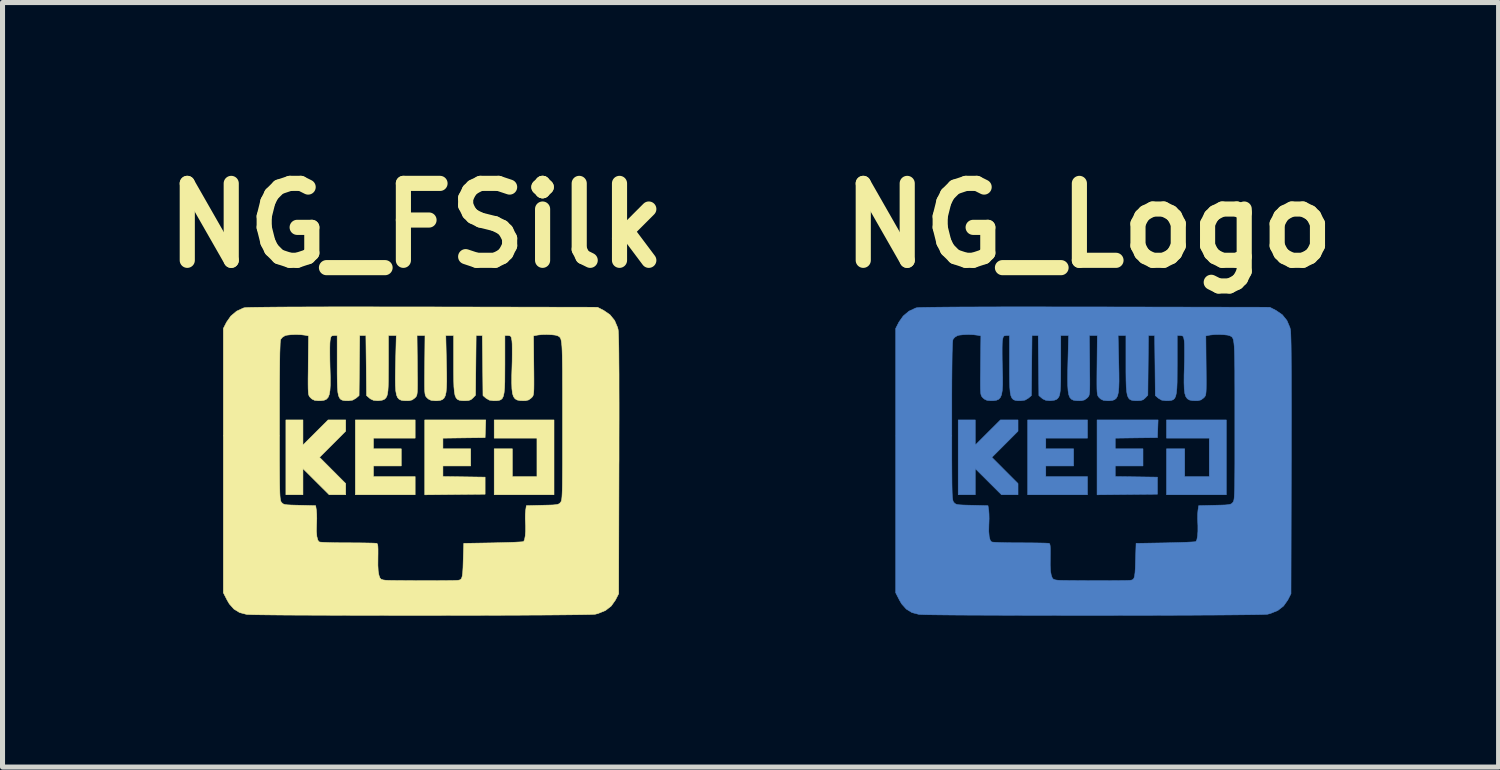
<source format=kicad_pcb>
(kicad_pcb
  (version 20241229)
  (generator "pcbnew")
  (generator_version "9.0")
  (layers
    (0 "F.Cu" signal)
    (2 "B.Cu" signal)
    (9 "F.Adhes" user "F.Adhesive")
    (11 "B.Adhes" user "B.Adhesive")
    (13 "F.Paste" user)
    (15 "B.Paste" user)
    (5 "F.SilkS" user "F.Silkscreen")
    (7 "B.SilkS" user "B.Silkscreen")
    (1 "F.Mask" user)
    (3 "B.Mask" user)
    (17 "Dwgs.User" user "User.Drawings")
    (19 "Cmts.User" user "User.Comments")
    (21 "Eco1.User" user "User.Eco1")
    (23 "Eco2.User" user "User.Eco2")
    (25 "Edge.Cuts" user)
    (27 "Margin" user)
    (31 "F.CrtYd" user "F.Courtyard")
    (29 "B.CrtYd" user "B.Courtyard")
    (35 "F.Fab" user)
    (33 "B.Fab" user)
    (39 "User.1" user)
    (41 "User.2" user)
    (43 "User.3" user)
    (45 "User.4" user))
  (footprint "NG_FSilk"
    (layer "F.Cu")
    (at 3.926 1.418)
    (property "Reference" "NG_FSilk" (at 1.27 0 0) (layer "F.SilkS") (effects (font (size 1.524 1.524) (thickness 0.3))))
    (attr through_hole)
    (fp_poly (pts (xy 4 5.334) (xy 2.815 5.334) (xy 2.815 4.424) (xy 3.175 4.424) (xy 3.175 4.974) (xy 3.662 4.974) (xy 3.662 4.212) (xy 2.815 4.212) (xy 2.815 3.852) (xy 4 3.852) (xy 4 5.334)) (stroke (width 0.01) (type solid)) (fill yes) (layer "F.SilkS"))
    (fp_poly (pts (xy 1.249 4.212) (xy 0.423 4.212) (xy 0.423 4.424) (xy 0.974 4.424) (xy 0.974 4.763) (xy 0.423 4.763) (xy 0.423 4.974) (xy 1.249 4.974) (xy 1.249 5.334) (xy 0.064 5.334) (xy 0.064 3.852) (xy 1.249 3.852) (xy 1.249 4.212)) (stroke (width 0.01) (type solid)) (fill yes) (layer "F.SilkS"))
    (fp_poly (pts (xy -0.974 4.349) (xy -0.476 3.852) (xy -0.127 3.852) (xy -0.127 4.074) (xy -0.386 4.334) (xy -0.645 4.593) (xy -0.127 5.112) (xy -0.127 5.334) (xy -0.454 5.334) (xy -0.974 4.816) (xy -0.974 5.334) (xy -1.312 5.334) (xy -1.312 3.852) (xy -0.974 3.852) (xy -0.974 4.349)) (stroke (width 0.01) (type solid)) (fill yes) (layer "F.SilkS"))
    (fp_poly (pts (xy 2.635 4.202) (xy 2.217 4.207) (xy 1.799 4.213) (xy 1.799 4.424) (xy 2.349 4.424) (xy 2.349 4.763) (xy 1.799 4.763) (xy 1.799 4.973) (xy 2.217 4.979) (xy 2.635 4.985) (xy 2.635 5.323) (xy 1.439 5.335) (xy 1.439 3.852) (xy 2.648 3.852) (xy 2.635 4.202)) (stroke (width 0.01) (type solid)) (fill yes) (layer "F.SilkS"))
    (fp_poly (pts (xy 0.381 1.612) (xy 0.853 1.613) (xy 1.367 1.613) (xy 1.403 1.613) (xy 4.861 1.619) (xy 4.986 1.683) (xy 5.109 1.768) (xy 5.201 1.882) (xy 5.26 2.021) (xy 5.27 2.061) (xy 5.274 2.095) (xy 5.277 2.158) (xy 5.28 2.252) (xy 5.283 2.376) (xy 5.285 2.533) (xy 5.286 2.724) (xy 5.288 2.95) (xy 5.288 3.213) (xy 5.289 3.512) (xy 5.289 3.85) (xy 5.288 4.228) (xy 5.288 4.646) (xy 5.287 4.735) (xy 5.281 7.295) (xy 5.217 7.42) (xy 5.134 7.538) (xy 5.02 7.627) (xy 4.875 7.686) (xy 4.813 7.702) (xy 4.778 7.704) (xy 4.704 7.707) (xy 4.593 7.709) (xy 4.448 7.711) (xy 4.272 7.713) (xy 4.068 7.715) (xy 3.838 7.717) (xy 3.585 7.718) (xy 3.313 7.72) (xy 3.023 7.721) (xy 2.718 7.722) (xy 2.402 7.723) (xy 2.078 7.723) (xy 1.747 7.724) (xy 1.413 7.724) (xy 1.078 7.724) (xy 0.746 7.724) (xy 0.419 7.723) (xy 0.1 7.723) (xy -0.208 7.722) (xy -0.503 7.721) (xy -0.782 7.72) (xy -1.041 7.719) (xy -1.278 7.718) (xy -1.491 7.716) (xy -1.677 7.714) (xy -1.832 7.712) (xy -1.954 7.71) (xy -2.04 7.707) (xy -2.087 7.705) (xy -2.092 7.704) (xy -2.229 7.668) (xy -2.341 7.599) (xy -2.432 7.497) (xy -2.477 7.42) (xy -2.551 7.275) (xy -2.551 3.872) (xy -1.439 3.872) (xy -1.439 4.167) (xy -1.439 4.422) (xy -1.439 4.641) (xy -1.438 4.827) (xy -1.437 4.981) (xy -1.436 5.108) (xy -1.434 5.211) (xy -1.432 5.291) (xy -1.429 5.353) (xy -1.425 5.399) (xy -1.42 5.432) (xy -1.415 5.455) (xy -1.409 5.47) (xy -1.402 5.482) (xy -1.399 5.485) (xy -1.381 5.504) (xy -1.36 5.518) (xy -1.328 5.528) (xy -1.278 5.534) (xy -1.202 5.538) (xy -1.095 5.541) (xy -1.04 5.542) (xy -0.722 5.55) (xy -0.707 5.646) (xy -0.702 5.714) (xy -0.7 5.806) (xy -0.703 5.904) (xy -0.704 5.919) (xy -0.707 6.056) (xy -0.698 6.163) (xy -0.678 6.236) (xy -0.652 6.268) (xy -0.624 6.273) (xy -0.56 6.277) (xy -0.465 6.281) (xy -0.346 6.284) (xy -0.208 6.286) (xy -0.081 6.286) (xy 0.067 6.287) (xy 0.203 6.288) (xy 0.319 6.29) (xy 0.409 6.292) (xy 0.469 6.295) (xy 0.49 6.297) (xy 0.502 6.311) (xy 0.51 6.347) (xy 0.513 6.409) (xy 0.513 6.505) (xy 0.512 6.578) (xy 0.511 6.732) (xy 0.517 6.847) (xy 0.531 6.925) (xy 0.533 6.932) (xy 0.552 6.983) (xy 0.576 7.009) (xy 0.619 7.022) (xy 0.667 7.028) (xy 0.709 7.03) (xy 0.787 7.032) (xy 0.894 7.033) (xy 1.023 7.034) (xy 1.168 7.035) (xy 1.321 7.036) (xy 1.478 7.036) (xy 1.63 7.036) (xy 1.771 7.035) (xy 1.894 7.034) (xy 1.993 7.033) (xy 2.061 7.031) (xy 2.085 7.03) (xy 2.122 7.025) (xy 2.15 7.013) (xy 2.169 6.989) (xy 2.182 6.945) (xy 2.191 6.877) (xy 2.197 6.779) (xy 2.201 6.644) (xy 2.201 6.642) (xy 2.212 6.297) (xy 2.798 6.287) (xy 2.951 6.283) (xy 3.091 6.279) (xy 3.21 6.275) (xy 3.305 6.27) (xy 3.37 6.266) (xy 3.398 6.261) (xy 3.398 6.261) (xy 3.417 6.221) (xy 3.43 6.149) (xy 3.437 6.055) (xy 3.437 5.949) (xy 3.435 5.905) (xy 3.431 5.81) (xy 3.432 5.717) (xy 3.438 5.646) (xy 3.438 5.646) (xy 3.452 5.55) (xy 3.771 5.542) (xy 3.893 5.539) (xy 3.981 5.536) (xy 4.04 5.53) (xy 4.079 5.522) (xy 4.104 5.511) (xy 4.122 5.494) (xy 4.129 5.485) (xy 4.137 5.474) (xy 4.144 5.461) (xy 4.149 5.441) (xy 4.154 5.412) (xy 4.158 5.371) (xy 4.161 5.315) (xy 4.164 5.242) (xy 4.166 5.147) (xy 4.167 5.03) (xy 4.168 4.885) (xy 4.169 4.711) (xy 4.169 4.505) (xy 4.169 4.264) (xy 4.169 3.984) (xy 4.169 3.855) (xy 4.169 3.555) (xy 4.169 3.295) (xy 4.168 3.071) (xy 4.168 2.881) (xy 4.166 2.721) (xy 4.164 2.59) (xy 4.161 2.483) (xy 4.157 2.399) (xy 4.151 2.334) (xy 4.144 2.286) (xy 4.136 2.251) (xy 4.125 2.227) (xy 4.113 2.21) (xy 4.099 2.199) (xy 4.082 2.19) (xy 4.071 2.184) (xy 4.024 2.171) (xy 3.948 2.163) (xy 3.857 2.159) (xy 3.764 2.161) (xy 3.683 2.169) (xy 3.662 2.173) (xy 3.594 2.186) (xy 3.599 2.718) (xy 3.601 2.899) (xy 3.602 3.043) (xy 3.602 3.154) (xy 3.601 3.238) (xy 3.598 3.298) (xy 3.593 3.34) (xy 3.586 3.368) (xy 3.576 3.387) (xy 3.563 3.403) (xy 3.546 3.419) (xy 3.497 3.455) (xy 3.436 3.47) (xy 3.397 3.471) (xy 3.326 3.468) (xy 3.27 3.457) (xy 3.228 3.432) (xy 3.197 3.389) (xy 3.177 3.325) (xy 3.166 3.234) (xy 3.162 3.113) (xy 3.163 2.957) (xy 3.167 2.83) (xy 3.171 2.689) (xy 3.172 2.557) (xy 3.172 2.44) (xy 3.171 2.348) (xy 3.167 2.288) (xy 3.166 2.28) (xy 3.155 2.22) (xy 3.139 2.19) (xy 3.111 2.181) (xy 3.089 2.18) (xy 3.027 2.18) (xy 3.027 2.753) (xy 3.026 2.946) (xy 3.025 3.101) (xy 3.02 3.222) (xy 3.011 3.313) (xy 2.997 3.379) (xy 2.976 3.424) (xy 2.947 3.451) (xy 2.908 3.465) (xy 2.859 3.47) (xy 2.804 3.471) (xy 2.72 3.46) (xy 2.654 3.422) (xy 2.652 3.42) (xy 2.593 3.369) (xy 2.587 2.775) (xy 2.58 2.18) (xy 2.457 2.18) (xy 2.451 2.771) (xy 2.445 3.362) (xy 2.393 3.417) (xy 2.353 3.451) (xy 2.304 3.467) (xy 2.235 3.471) (xy 2.174 3.469) (xy 2.126 3.462) (xy 2.088 3.445) (xy 2.06 3.414) (xy 2.039 3.365) (xy 2.026 3.293) (xy 2.017 3.195) (xy 2.013 3.067) (xy 2.011 2.903) (xy 2.011 2.753) (xy 2.011 2.18) (xy 1.856 2.18) (xy 1.869 2.734) (xy 1.873 2.93) (xy 1.874 3.088) (xy 1.87 3.212) (xy 1.861 3.306) (xy 1.845 3.374) (xy 1.821 3.42) (xy 1.787 3.449) (xy 1.743 3.465) (xy 1.687 3.471) (xy 1.641 3.471) (xy 1.566 3.464) (xy 1.514 3.439) (xy 1.491 3.419) (xy 1.475 3.403) (xy 1.462 3.387) (xy 1.452 3.367) (xy 1.445 3.338) (xy 1.44 3.295) (xy 1.437 3.234) (xy 1.436 3.15) (xy 1.436 3.037) (xy 1.437 2.892) (xy 1.439 2.71) (xy 1.439 2.704) (xy 1.444 2.18) (xy 1.286 2.18) (xy 1.292 2.715) (xy 1.293 2.897) (xy 1.295 3.041) (xy 1.295 3.153) (xy 1.294 3.236) (xy 1.291 3.297) (xy 1.286 3.339) (xy 1.279 3.368) (xy 1.269 3.387) (xy 1.256 3.403) (xy 1.24 3.419) (xy 1.239 3.419) (xy 1.19 3.455) (xy 1.129 3.47) (xy 1.09 3.471) (xy 1.024 3.469) (xy 0.972 3.461) (xy 0.931 3.441) (xy 0.9 3.407) (xy 0.879 3.354) (xy 0.865 3.277) (xy 0.858 3.174) (xy 0.856 3.039) (xy 0.858 2.869) (xy 0.861 2.733) (xy 0.875 2.18) (xy 0.72 2.18) (xy 0.72 2.753) (xy 0.719 2.934) (xy 0.718 3.077) (xy 0.715 3.188) (xy 0.71 3.272) (xy 0.701 3.333) (xy 0.69 3.376) (xy 0.674 3.407) (xy 0.654 3.43) (xy 0.637 3.444) (xy 0.596 3.46) (xy 0.533 3.469) (xy 0.504 3.471) (xy 0.424 3.463) (xy 0.364 3.435) (xy 0.345 3.42) (xy 0.286 3.369) (xy 0.28 2.775) (xy 0.273 2.18) (xy 0.15 2.18) (xy 0.144 2.775) (xy 0.138 3.369) (xy 0.078 3.42) (xy 0.012 3.459) (xy -0.07 3.471) (xy -0.074 3.471) (xy -0.133 3.47) (xy -0.181 3.464) (xy -0.219 3.449) (xy -0.247 3.42) (xy -0.268 3.374) (xy -0.282 3.306) (xy -0.29 3.212) (xy -0.294 3.088) (xy -0.296 2.93) (xy -0.296 2.753) (xy -0.296 2.18) (xy -0.359 2.18) (xy -0.397 2.184) (xy -0.418 2.201) (xy -0.43 2.245) (xy -0.436 2.281) (xy -0.44 2.332) (xy -0.442 2.418) (xy -0.442 2.53) (xy -0.441 2.66) (xy -0.438 2.799) (xy -0.437 2.831) (xy -0.432 3.013) (xy -0.432 3.157) (xy -0.439 3.268) (xy -0.453 3.349) (xy -0.476 3.405) (xy -0.51 3.442) (xy -0.556 3.462) (xy -0.616 3.47) (xy -0.666 3.471) (xy -0.741 3.464) (xy -0.793 3.439) (xy -0.816 3.419) (xy -0.833 3.402) (xy -0.846 3.386) (xy -0.856 3.366) (xy -0.864 3.336) (xy -0.868 3.292) (xy -0.871 3.23) (xy -0.872 3.145) (xy -0.872 3.03) (xy -0.87 2.883) (xy -0.869 2.718) (xy -0.863 2.186) (xy -0.931 2.173) (xy -1.013 2.163) (xy -1.112 2.159) (xy -1.21 2.163) (xy -1.292 2.172) (xy -1.327 2.181) (xy -1.381 2.214) (xy -1.415 2.256) (xy -1.42 2.281) (xy -1.425 2.335) (xy -1.428 2.418) (xy -1.432 2.532) (xy -1.434 2.679) (xy -1.436 2.861) (xy -1.438 3.078) (xy -1.439 3.334) (xy -1.439 3.63) (xy -1.439 3.872) (xy -2.551 3.872) (xy -2.551 2.04) (xy -2.487 1.914) (xy -2.402 1.793) (xy -2.288 1.697) (xy -2.155 1.635) (xy -2.137 1.63) (xy -2.105 1.626) (xy -2.035 1.623) (xy -1.926 1.621) (xy -1.778 1.619) (xy -1.59 1.617) (xy -1.363 1.615) (xy -1.096 1.614) (xy -0.788 1.613) (xy -0.44 1.612) (xy -0.05 1.612) (xy 0.381 1.612)) (stroke (width 0.01) (type solid)) (fill yes) (layer "F.SilkS")))
  (footprint "NG_Logo"
    (layer "F.Cu")
    (at 17.246 1.418)
    (property "Reference" "NG_Logo" (at 1.27 0 0) (layer "F.SilkS") (effects (font (size 1.524 1.524) (thickness 0.3))))
    (attr through_hole)
    (fp_poly (pts (xy 4 5.334) (xy 2.815 5.334) (xy 2.815 4.424) (xy 3.175 4.424) (xy 3.175 4.974) (xy 3.662 4.974) (xy 3.662 4.212) (xy 2.815 4.212) (xy 2.815 3.852) (xy 4 3.852) (xy 4 5.334)) (stroke (width 0.01) (type solid)) (fill yes) (layer "B.Cu"))
    (fp_poly (pts (xy 1.249 4.212) (xy 0.423 4.212) (xy 0.423 4.424) (xy 0.974 4.424) (xy 0.974 4.763) (xy 0.423 4.763) (xy 0.423 4.974) (xy 1.249 4.974) (xy 1.249 5.334) (xy 0.064 5.334) (xy 0.064 3.852) (xy 1.249 3.852) (xy 1.249 4.212)) (stroke (width 0.01) (type solid)) (fill yes) (layer "B.Cu"))
    (fp_poly (pts (xy -0.974 4.349) (xy -0.476 3.852) (xy -0.127 3.852) (xy -0.127 4.074) (xy -0.386 4.334) (xy -0.645 4.593) (xy -0.127 5.112) (xy -0.127 5.334) (xy -0.454 5.334) (xy -0.974 4.816) (xy -0.974 5.334) (xy -1.312 5.334) (xy -1.312 3.852) (xy -0.974 3.852) (xy -0.974 4.349)) (stroke (width 0.01) (type solid)) (fill yes) (layer "B.Cu"))
    (fp_poly (pts (xy 2.635 4.202) (xy 2.217 4.207) (xy 1.799 4.213) (xy 1.799 4.424) (xy 2.349 4.424) (xy 2.349 4.763) (xy 1.799 4.763) (xy 1.799 4.973) (xy 2.217 4.979) (xy 2.635 4.985) (xy 2.635 5.323) (xy 1.439 5.335) (xy 1.439 3.852) (xy 2.648 3.852) (xy 2.635 4.202)) (stroke (width 0.01) (type solid)) (fill yes) (layer "B.Cu"))
    (fp_poly (pts (xy 0.381 1.612) (xy 0.853 1.613) (xy 1.367 1.613) (xy 1.403 1.613) (xy 4.861 1.619) (xy 4.986 1.683) (xy 5.109 1.768) (xy 5.201 1.882) (xy 5.26 2.021) (xy 5.27 2.061) (xy 5.274 2.095) (xy 5.277 2.158) (xy 5.28 2.252) (xy 5.283 2.376) (xy 5.285 2.533) (xy 5.286 2.724) (xy 5.288 2.95) (xy 5.288 3.213) (xy 5.289 3.512) (xy 5.289 3.85) (xy 5.288 4.228) (xy 5.288 4.646) (xy 5.287 4.735) (xy 5.281 7.295) (xy 5.217 7.42) (xy 5.134 7.538) (xy 5.02 7.627) (xy 4.875 7.686) (xy 4.813 7.702) (xy 4.778 7.704) (xy 4.704 7.707) (xy 4.593 7.709) (xy 4.448 7.711) (xy 4.272 7.713) (xy 4.068 7.715) (xy 3.838 7.717) (xy 3.585 7.718) (xy 3.313 7.72) (xy 3.023 7.721) (xy 2.718 7.722) (xy 2.402 7.723) (xy 2.078 7.723) (xy 1.747 7.724) (xy 1.413 7.724) (xy 1.078 7.724) (xy 0.746 7.724) (xy 0.419 7.723) (xy 0.1 7.723) (xy -0.208 7.722) (xy -0.503 7.721) (xy -0.782 7.72) (xy -1.041 7.719) (xy -1.278 7.718) (xy -1.491 7.716) (xy -1.677 7.714) (xy -1.832 7.712) (xy -1.954 7.71) (xy -2.04 7.707) (xy -2.087 7.705) (xy -2.092 7.704) (xy -2.229 7.668) (xy -2.341 7.599) (xy -2.432 7.497) (xy -2.477 7.42) (xy -2.551 7.275) (xy -2.551 3.872) (xy -1.439 3.872) (xy -1.439 4.167) (xy -1.439 4.422) (xy -1.439 4.641) (xy -1.438 4.827) (xy -1.437 4.981) (xy -1.436 5.108) (xy -1.434 5.211) (xy -1.432 5.291) (xy -1.429 5.353) (xy -1.425 5.399) (xy -1.42 5.432) (xy -1.415 5.455) (xy -1.409 5.47) (xy -1.402 5.482) (xy -1.399 5.485) (xy -1.381 5.504) (xy -1.36 5.518) (xy -1.328 5.528) (xy -1.278 5.534) (xy -1.202 5.538) (xy -1.095 5.541) (xy -1.04 5.542) (xy -0.722 5.55) (xy -0.707 5.646) (xy -0.702 5.714) (xy -0.7 5.806) (xy -0.703 5.904) (xy -0.704 5.919) (xy -0.707 6.056) (xy -0.698 6.163) (xy -0.678 6.236) (xy -0.652 6.268) (xy -0.624 6.273) (xy -0.56 6.277) (xy -0.465 6.281) (xy -0.346 6.284) (xy -0.208 6.286) (xy -0.081 6.286) (xy 0.067 6.287) (xy 0.203 6.288) (xy 0.319 6.29) (xy 0.409 6.292) (xy 0.469 6.295) (xy 0.49 6.297) (xy 0.502 6.311) (xy 0.51 6.347) (xy 0.513 6.409) (xy 0.513 6.505) (xy 0.512 6.578) (xy 0.511 6.732) (xy 0.517 6.847) (xy 0.531 6.925) (xy 0.533 6.932) (xy 0.552 6.983) (xy 0.576 7.009) (xy 0.619 7.022) (xy 0.667 7.028) (xy 0.709 7.03) (xy 0.787 7.032) (xy 0.894 7.033) (xy 1.023 7.034) (xy 1.168 7.035) (xy 1.321 7.036) (xy 1.478 7.036) (xy 1.63 7.036) (xy 1.771 7.035) (xy 1.894 7.034) (xy 1.993 7.033) (xy 2.061 7.031) (xy 2.085 7.03) (xy 2.122 7.025) (xy 2.15 7.013) (xy 2.169 6.989) (xy 2.182 6.945) (xy 2.191 6.877) (xy 2.197 6.779) (xy 2.201 6.644) (xy 2.201 6.642) (xy 2.212 6.297) (xy 2.798 6.287) (xy 2.951 6.283) (xy 3.091 6.279) (xy 3.21 6.275) (xy 3.305 6.27) (xy 3.37 6.266) (xy 3.398 6.261) (xy 3.398 6.261) (xy 3.417 6.221) (xy 3.43 6.149) (xy 3.437 6.055) (xy 3.437 5.949) (xy 3.435 5.905) (xy 3.431 5.81) (xy 3.432 5.717) (xy 3.438 5.646) (xy 3.438 5.646) (xy 3.452 5.55) (xy 3.771 5.542) (xy 3.893 5.539) (xy 3.981 5.536) (xy 4.04 5.53) (xy 4.079 5.522) (xy 4.104 5.511) (xy 4.122 5.494) (xy 4.129 5.485) (xy 4.137 5.474) (xy 4.144 5.461) (xy 4.149 5.441) (xy 4.154 5.412) (xy 4.158 5.371) (xy 4.161 5.315) (xy 4.164 5.242) (xy 4.166 5.147) (xy 4.167 5.03) (xy 4.168 4.885) (xy 4.169 4.711) (xy 4.169 4.505) (xy 4.169 4.264) (xy 4.169 3.984) (xy 4.169 3.855) (xy 4.169 3.555) (xy 4.169 3.295) (xy 4.168 3.071) (xy 4.168 2.881) (xy 4.166 2.721) (xy 4.164 2.59) (xy 4.161 2.483) (xy 4.157 2.399) (xy 4.151 2.334) (xy 4.144 2.286) (xy 4.136 2.251) (xy 4.125 2.227) (xy 4.113 2.21) (xy 4.099 2.199) (xy 4.082 2.19) (xy 4.071 2.184) (xy 4.024 2.171) (xy 3.948 2.163) (xy 3.857 2.159) (xy 3.764 2.161) (xy 3.683 2.169) (xy 3.662 2.173) (xy 3.594 2.186) (xy 3.599 2.718) (xy 3.601 2.899) (xy 3.602 3.043) (xy 3.602 3.154) (xy 3.601 3.238) (xy 3.598 3.298) (xy 3.593 3.34) (xy 3.586 3.368) (xy 3.576 3.387) (xy 3.563 3.403) (xy 3.546 3.419) (xy 3.497 3.455) (xy 3.436 3.47) (xy 3.397 3.471) (xy 3.326 3.468) (xy 3.27 3.457) (xy 3.228 3.432) (xy 3.197 3.389) (xy 3.177 3.325) (xy 3.166 3.234) (xy 3.162 3.113) (xy 3.163 2.957) (xy 3.167 2.83) (xy 3.171 2.689) (xy 3.172 2.557) (xy 3.172 2.44) (xy 3.171 2.348) (xy 3.167 2.288) (xy 3.166 2.28) (xy 3.155 2.22) (xy 3.139 2.19) (xy 3.111 2.181) (xy 3.089 2.18) (xy 3.027 2.18) (xy 3.027 2.753) (xy 3.026 2.946) (xy 3.025 3.101) (xy 3.02 3.222) (xy 3.011 3.313) (xy 2.997 3.379) (xy 2.976 3.424) (xy 2.947 3.451) (xy 2.908 3.465) (xy 2.859 3.47) (xy 2.804 3.471) (xy 2.72 3.46) (xy 2.654 3.422) (xy 2.652 3.42) (xy 2.593 3.369) (xy 2.587 2.775) (xy 2.58 2.18) (xy 2.457 2.18) (xy 2.451 2.771) (xy 2.445 3.362) (xy 2.393 3.417) (xy 2.353 3.451) (xy 2.304 3.467) (xy 2.235 3.471) (xy 2.174 3.469) (xy 2.126 3.462) (xy 2.088 3.445) (xy 2.06 3.414) (xy 2.039 3.365) (xy 2.026 3.293) (xy 2.017 3.195) (xy 2.013 3.067) (xy 2.011 2.903) (xy 2.011 2.753) (xy 2.011 2.18) (xy 1.856 2.18) (xy 1.869 2.734) (xy 1.873 2.93) (xy 1.874 3.088) (xy 1.87 3.212) (xy 1.861 3.306) (xy 1.845 3.374) (xy 1.821 3.42) (xy 1.787 3.449) (xy 1.743 3.465) (xy 1.687 3.471) (xy 1.641 3.471) (xy 1.566 3.464) (xy 1.514 3.439) (xy 1.491 3.419) (xy 1.475 3.403) (xy 1.462 3.387) (xy 1.452 3.367) (xy 1.445 3.338) (xy 1.44 3.295) (xy 1.437 3.234) (xy 1.436 3.15) (xy 1.436 3.037) (xy 1.437 2.892) (xy 1.439 2.71) (xy 1.439 2.704) (xy 1.444 2.18) (xy 1.286 2.18) (xy 1.292 2.715) (xy 1.293 2.897) (xy 1.295 3.041) (xy 1.295 3.153) (xy 1.294 3.236) (xy 1.291 3.297) (xy 1.286 3.339) (xy 1.279 3.368) (xy 1.269 3.387) (xy 1.256 3.403) (xy 1.24 3.419) (xy 1.239 3.419) (xy 1.19 3.455) (xy 1.129 3.47) (xy 1.09 3.471) (xy 1.024 3.469) (xy 0.972 3.461) (xy 0.931 3.441) (xy 0.9 3.407) (xy 0.879 3.354) (xy 0.865 3.277) (xy 0.858 3.174) (xy 0.856 3.039) (xy 0.858 2.869) (xy 0.861 2.733) (xy 0.875 2.18) (xy 0.72 2.18) (xy 0.72 2.753) (xy 0.719 2.934) (xy 0.718 3.077) (xy 0.715 3.188) (xy 0.71 3.272) (xy 0.701 3.333) (xy 0.69 3.376) (xy 0.674 3.407) (xy 0.654 3.43) (xy 0.637 3.444) (xy 0.596 3.46) (xy 0.533 3.469) (xy 0.504 3.471) (xy 0.424 3.463) (xy 0.364 3.435) (xy 0.345 3.42) (xy 0.286 3.369) (xy 0.28 2.775) (xy 0.273 2.18) (xy 0.15 2.18) (xy 0.144 2.775) (xy 0.138 3.369) (xy 0.078 3.42) (xy 0.012 3.459) (xy -0.07 3.471) (xy -0.074 3.471) (xy -0.133 3.47) (xy -0.181 3.464) (xy -0.219 3.449) (xy -0.247 3.42) (xy -0.268 3.374) (xy -0.282 3.306) (xy -0.29 3.212) (xy -0.294 3.088) (xy -0.296 2.93) (xy -0.296 2.753) (xy -0.296 2.18) (xy -0.359 2.18) (xy -0.397 2.184) (xy -0.418 2.201) (xy -0.43 2.245) (xy -0.436 2.281) (xy -0.44 2.332) (xy -0.442 2.418) (xy -0.442 2.53) (xy -0.441 2.66) (xy -0.438 2.799) (xy -0.437 2.831) (xy -0.432 3.013) (xy -0.432 3.157) (xy -0.439 3.268) (xy -0.453 3.349) (xy -0.476 3.405) (xy -0.51 3.442) (xy -0.556 3.462) (xy -0.616 3.47) (xy -0.666 3.471) (xy -0.741 3.464) (xy -0.793 3.439) (xy -0.816 3.419) (xy -0.833 3.402) (xy -0.846 3.386) (xy -0.856 3.366) (xy -0.864 3.336) (xy -0.868 3.292) (xy -0.871 3.23) (xy -0.872 3.145) (xy -0.872 3.03) (xy -0.87 2.883) (xy -0.869 2.718) (xy -0.863 2.186) (xy -0.931 2.173) (xy -1.013 2.163) (xy -1.112 2.159) (xy -1.21 2.163) (xy -1.292 2.172) (xy -1.327 2.181) (xy -1.381 2.214) (xy -1.415 2.256) (xy -1.42 2.281) (xy -1.425 2.335) (xy -1.428 2.418) (xy -1.432 2.532) (xy -1.434 2.679) (xy -1.436 2.861) (xy -1.438 3.078) (xy -1.439 3.334) (xy -1.439 3.63) (xy -1.439 3.872) (xy -2.551 3.872) (xy -2.551 2.04) (xy -2.487 1.914) (xy -2.402 1.793) (xy -2.288 1.697) (xy -2.155 1.635) (xy -2.137 1.63) (xy -2.105 1.626) (xy -2.035 1.623) (xy -1.926 1.621) (xy -1.778 1.619) (xy -1.59 1.617) (xy -1.363 1.615) (xy -1.096 1.614) (xy -0.788 1.613) (xy -0.44 1.612) (xy -0.05 1.612) (xy 0.381 1.612)) (stroke (width 0.01) (type solid)) (fill yes) (layer "B.Cu")))
  (gr_rect
    (start -3 -3)
    (end 26.64 12.147)
    (stroke (width 0.1) (type default))
    (fill no)
    (layer "Edge.Cuts")))
</source>
